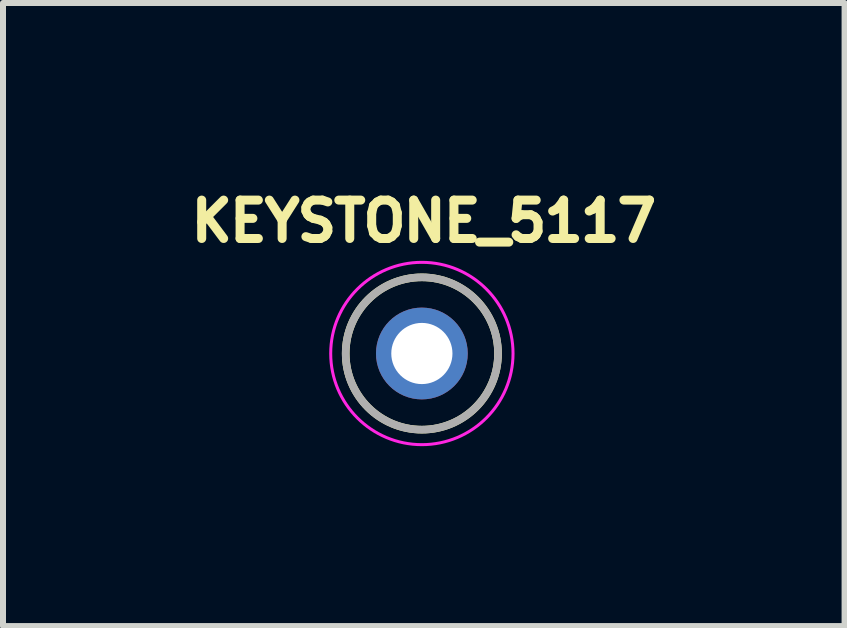
<source format=kicad_pcb>
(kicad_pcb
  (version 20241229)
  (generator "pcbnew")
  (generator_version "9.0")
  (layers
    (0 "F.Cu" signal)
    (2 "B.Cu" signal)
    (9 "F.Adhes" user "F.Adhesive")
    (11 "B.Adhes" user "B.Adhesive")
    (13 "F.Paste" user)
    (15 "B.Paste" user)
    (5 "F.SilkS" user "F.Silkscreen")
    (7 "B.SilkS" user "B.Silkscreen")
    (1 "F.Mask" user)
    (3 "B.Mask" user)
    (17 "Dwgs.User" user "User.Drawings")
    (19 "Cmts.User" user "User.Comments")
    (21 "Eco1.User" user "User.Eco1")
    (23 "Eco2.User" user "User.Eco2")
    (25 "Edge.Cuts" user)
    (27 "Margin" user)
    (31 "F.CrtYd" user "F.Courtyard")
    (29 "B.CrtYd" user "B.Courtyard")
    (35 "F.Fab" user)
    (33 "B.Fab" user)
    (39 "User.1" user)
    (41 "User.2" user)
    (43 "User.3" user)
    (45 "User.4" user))
  (footprint "KEYSTONE_5117"
    (layer "F.Cu")
    (at 3.984 2.844)
    (property "Reference" "KEYSTONE_5117" (at 0.032 -2.206 0) (layer "F.SilkS") (effects (font (size 0.64 0.64) (thickness 0.15))))
    (attr through_hole)
    (fp_circle (center 0 0) (end 1.27 0) (stroke (width 0.127) (type solid)) (fill no) (layer "F.SilkS"))
    (fp_circle (center 0 0) (end 1.52 0) (stroke (width 0.05) (type solid)) (fill no) (layer "F.CrtYd"))
    (fp_circle (center 0 0) (end 1.27 0) (stroke (width 0.127) (type solid)) (fill no) (layer "F.Fab"))
    (pad "TP" thru_hole circle (at 0 0) (size 1.53 1.53) (drill 1.02) (layers "*.Cu" "*.Mask")))
  (gr_rect
    (start -3 -3)
    (end 11.032 7.389)
    (stroke (width 0.1) (type default))
    (fill no)
    (layer "Edge.Cuts")))
</source>
